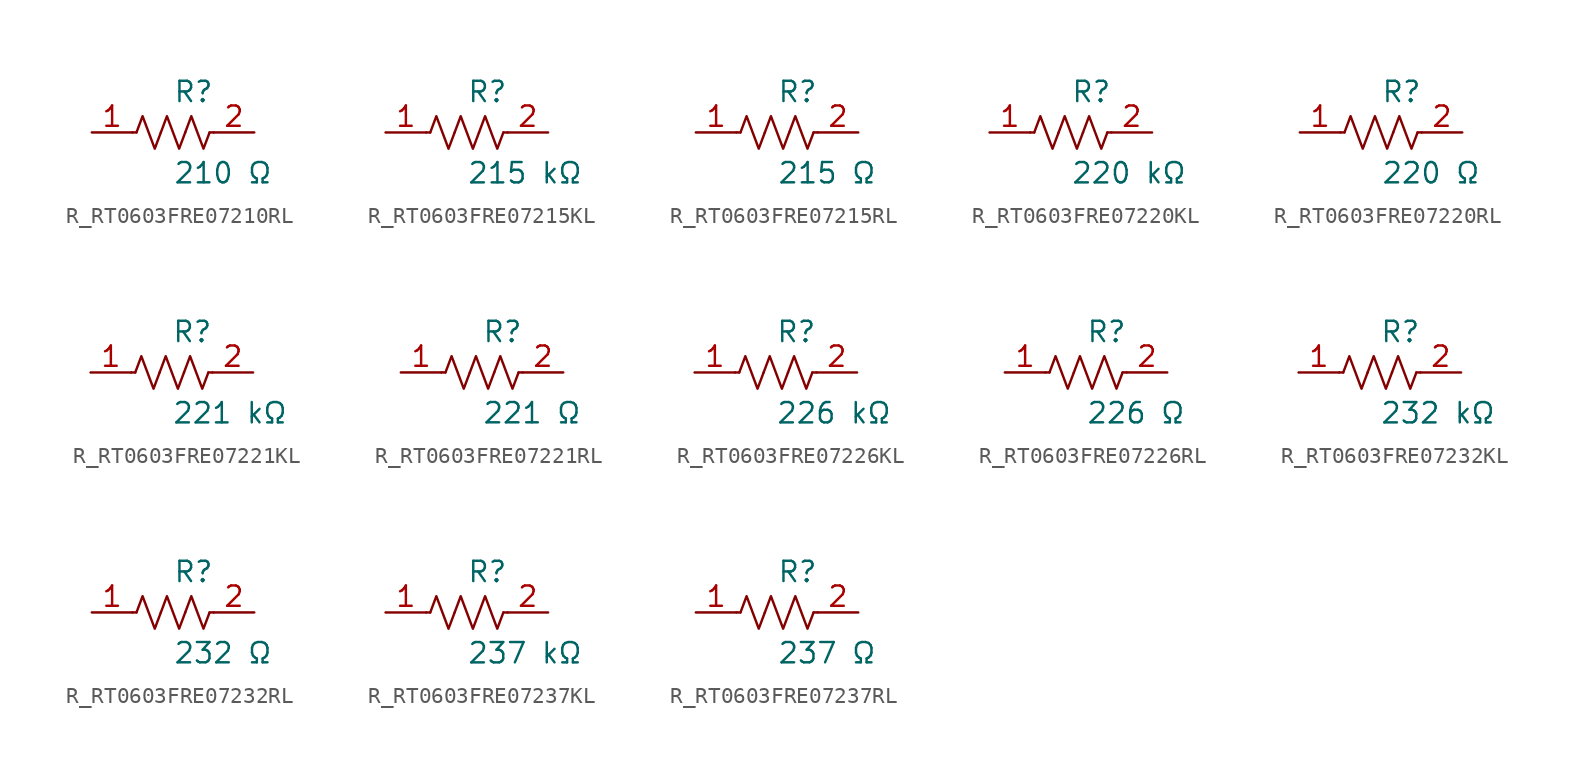
<source format=kicad_sym>
(kicad_symbol_lib
  (version 20231120)
  (generator kicad_symbol_editor)
  (generator_version 8.0)
  (symbol "R_RT0603FRE07210RL"
    (pin_names
      (offset 0.254))
    (property "Reference" "R"
      (at 0.0 2.54 0)
      (effects (font (size 1.27 1.27)) (justify left)))
    (property "Value" "210 Ω"
      (at 0.0 -2.54 0)
      (effects (font (size 1.27 1.27)) (justify left)))
    (symbol "R_RT0603FRE07210RL_0_1"
      (polyline (pts (xy 2.286 0) (xy 2.54 0)) (stroke (width 0) (type default)) (fill (type none)))
      (polyline (pts (xy -2.286 0) (xy -2.54 0)) (stroke (width 0) (type default)) (fill (type none)))
      (polyline (pts (xy 0.762 0) (xy 1.143 1.016) (xy 1.524 0) (xy 1.905 -1.016) (xy 2.286 0)) (stroke (width 0) (type default)) (fill (type none)))
      (polyline (pts (xy -0.762 0) (xy -0.381 1.016) (xy 0 0) (xy 0.381 -1.016) (xy 0.762 0)) (stroke (width 0) (type default)) (fill (type none)))
      (polyline (pts (xy -2.286 0) (xy -1.905 1.016) (xy -1.524 0) (xy -1.143 -1.016) (xy -0.762 0)) (stroke (width 0) (type default)) (fill (type none))))
    (pin unspecified line
      (at -5.08 0 0)
      (length 2.54)
      (name "" (effects (font (size 1.27 1.27))))
      (number "1" (effects (font (size 1.27 1.27)))))
    (pin unspecified line
      (at 5.08 0 180)
      (length 2.54)
      (name "" (effects (font (size 1.27 1.27))))
      (number "2" (effects (font (size 1.27 1.27))))))
  (symbol "R_RT0603FRE07215KL"
    (pin_names
      (offset 0.254))
    (property "Reference" "R"
      (at 0.0 2.54 0)
      (effects (font (size 1.27 1.27)) (justify left)))
    (property "Value" "215 kΩ"
      (at 0.0 -2.54 0)
      (effects (font (size 1.27 1.27)) (justify left)))
    (symbol "R_RT0603FRE07215KL_0_1"
      (polyline (pts (xy 2.286 0) (xy 2.54 0)) (stroke (width 0) (type default)) (fill (type none)))
      (polyline (pts (xy -2.286 0) (xy -2.54 0)) (stroke (width 0) (type default)) (fill (type none)))
      (polyline (pts (xy 0.762 0) (xy 1.143 1.016) (xy 1.524 0) (xy 1.905 -1.016) (xy 2.286 0)) (stroke (width 0) (type default)) (fill (type none)))
      (polyline (pts (xy -0.762 0) (xy -0.381 1.016) (xy 0 0) (xy 0.381 -1.016) (xy 0.762 0)) (stroke (width 0) (type default)) (fill (type none)))
      (polyline (pts (xy -2.286 0) (xy -1.905 1.016) (xy -1.524 0) (xy -1.143 -1.016) (xy -0.762 0)) (stroke (width 0) (type default)) (fill (type none))))
    (pin unspecified line
      (at -5.08 0 0)
      (length 2.54)
      (name "" (effects (font (size 1.27 1.27))))
      (number "1" (effects (font (size 1.27 1.27)))))
    (pin unspecified line
      (at 5.08 0 180)
      (length 2.54)
      (name "" (effects (font (size 1.27 1.27))))
      (number "2" (effects (font (size 1.27 1.27))))))
  (symbol "R_RT0603FRE07215RL"
    (pin_names
      (offset 0.254))
    (property "Reference" "R"
      (at 0.0 2.54 0)
      (effects (font (size 1.27 1.27)) (justify left)))
    (property "Value" "215 Ω"
      (at 0.0 -2.54 0)
      (effects (font (size 1.27 1.27)) (justify left)))
    (symbol "R_RT0603FRE07215RL_0_1"
      (polyline (pts (xy 2.286 0) (xy 2.54 0)) (stroke (width 0) (type default)) (fill (type none)))
      (polyline (pts (xy -2.286 0) (xy -2.54 0)) (stroke (width 0) (type default)) (fill (type none)))
      (polyline (pts (xy 0.762 0) (xy 1.143 1.016) (xy 1.524 0) (xy 1.905 -1.016) (xy 2.286 0)) (stroke (width 0) (type default)) (fill (type none)))
      (polyline (pts (xy -0.762 0) (xy -0.381 1.016) (xy 0 0) (xy 0.381 -1.016) (xy 0.762 0)) (stroke (width 0) (type default)) (fill (type none)))
      (polyline (pts (xy -2.286 0) (xy -1.905 1.016) (xy -1.524 0) (xy -1.143 -1.016) (xy -0.762 0)) (stroke (width 0) (type default)) (fill (type none))))
    (pin unspecified line
      (at -5.08 0 0)
      (length 2.54)
      (name "" (effects (font (size 1.27 1.27))))
      (number "1" (effects (font (size 1.27 1.27)))))
    (pin unspecified line
      (at 5.08 0 180)
      (length 2.54)
      (name "" (effects (font (size 1.27 1.27))))
      (number "2" (effects (font (size 1.27 1.27))))))
  (symbol "R_RT0603FRE07220KL"
    (pin_names
      (offset 0.254))
    (property "Reference" "R"
      (at 0.0 2.54 0)
      (effects (font (size 1.27 1.27)) (justify left)))
    (property "Value" "220 kΩ"
      (at 0.0 -2.54 0)
      (effects (font (size 1.27 1.27)) (justify left)))
    (symbol "R_RT0603FRE07220KL_0_1"
      (polyline (pts (xy 2.286 0) (xy 2.54 0)) (stroke (width 0) (type default)) (fill (type none)))
      (polyline (pts (xy -2.286 0) (xy -2.54 0)) (stroke (width 0) (type default)) (fill (type none)))
      (polyline (pts (xy 0.762 0) (xy 1.143 1.016) (xy 1.524 0) (xy 1.905 -1.016) (xy 2.286 0)) (stroke (width 0) (type default)) (fill (type none)))
      (polyline (pts (xy -0.762 0) (xy -0.381 1.016) (xy 0 0) (xy 0.381 -1.016) (xy 0.762 0)) (stroke (width 0) (type default)) (fill (type none)))
      (polyline (pts (xy -2.286 0) (xy -1.905 1.016) (xy -1.524 0) (xy -1.143 -1.016) (xy -0.762 0)) (stroke (width 0) (type default)) (fill (type none))))
    (pin unspecified line
      (at -5.08 0 0)
      (length 2.54)
      (name "" (effects (font (size 1.27 1.27))))
      (number "1" (effects (font (size 1.27 1.27)))))
    (pin unspecified line
      (at 5.08 0 180)
      (length 2.54)
      (name "" (effects (font (size 1.27 1.27))))
      (number "2" (effects (font (size 1.27 1.27))))))
  (symbol "R_RT0603FRE07220RL"
    (pin_names
      (offset 0.254))
    (property "Reference" "R"
      (at 0.0 2.54 0)
      (effects (font (size 1.27 1.27)) (justify left)))
    (property "Value" "220 Ω"
      (at 0.0 -2.54 0)
      (effects (font (size 1.27 1.27)) (justify left)))
    (symbol "R_RT0603FRE07220RL_0_1"
      (polyline (pts (xy 2.286 0) (xy 2.54 0)) (stroke (width 0) (type default)) (fill (type none)))
      (polyline (pts (xy -2.286 0) (xy -2.54 0)) (stroke (width 0) (type default)) (fill (type none)))
      (polyline (pts (xy 0.762 0) (xy 1.143 1.016) (xy 1.524 0) (xy 1.905 -1.016) (xy 2.286 0)) (stroke (width 0) (type default)) (fill (type none)))
      (polyline (pts (xy -0.762 0) (xy -0.381 1.016) (xy 0 0) (xy 0.381 -1.016) (xy 0.762 0)) (stroke (width 0) (type default)) (fill (type none)))
      (polyline (pts (xy -2.286 0) (xy -1.905 1.016) (xy -1.524 0) (xy -1.143 -1.016) (xy -0.762 0)) (stroke (width 0) (type default)) (fill (type none))))
    (pin unspecified line
      (at -5.08 0 0)
      (length 2.54)
      (name "" (effects (font (size 1.27 1.27))))
      (number "1" (effects (font (size 1.27 1.27)))))
    (pin unspecified line
      (at 5.08 0 180)
      (length 2.54)
      (name "" (effects (font (size 1.27 1.27))))
      (number "2" (effects (font (size 1.27 1.27))))))
  (symbol "R_RT0603FRE07221KL"
    (pin_names
      (offset 0.254))
    (property "Reference" "R"
      (at 0.0 2.54 0)
      (effects (font (size 1.27 1.27)) (justify left)))
    (property "Value" "221 kΩ"
      (at 0.0 -2.54 0)
      (effects (font (size 1.27 1.27)) (justify left)))
    (symbol "R_RT0603FRE07221KL_0_1"
      (polyline (pts (xy 2.286 0) (xy 2.54 0)) (stroke (width 0) (type default)) (fill (type none)))
      (polyline (pts (xy -2.286 0) (xy -2.54 0)) (stroke (width 0) (type default)) (fill (type none)))
      (polyline (pts (xy 0.762 0) (xy 1.143 1.016) (xy 1.524 0) (xy 1.905 -1.016) (xy 2.286 0)) (stroke (width 0) (type default)) (fill (type none)))
      (polyline (pts (xy -0.762 0) (xy -0.381 1.016) (xy 0 0) (xy 0.381 -1.016) (xy 0.762 0)) (stroke (width 0) (type default)) (fill (type none)))
      (polyline (pts (xy -2.286 0) (xy -1.905 1.016) (xy -1.524 0) (xy -1.143 -1.016) (xy -0.762 0)) (stroke (width 0) (type default)) (fill (type none))))
    (pin unspecified line
      (at -5.08 0 0)
      (length 2.54)
      (name "" (effects (font (size 1.27 1.27))))
      (number "1" (effects (font (size 1.27 1.27)))))
    (pin unspecified line
      (at 5.08 0 180)
      (length 2.54)
      (name "" (effects (font (size 1.27 1.27))))
      (number "2" (effects (font (size 1.27 1.27))))))
  (symbol "R_RT0603FRE07221RL"
    (pin_names
      (offset 0.254))
    (property "Reference" "R"
      (at 0.0 2.54 0)
      (effects (font (size 1.27 1.27)) (justify left)))
    (property "Value" "221 Ω"
      (at 0.0 -2.54 0)
      (effects (font (size 1.27 1.27)) (justify left)))
    (symbol "R_RT0603FRE07221RL_0_1"
      (polyline (pts (xy 2.286 0) (xy 2.54 0)) (stroke (width 0) (type default)) (fill (type none)))
      (polyline (pts (xy -2.286 0) (xy -2.54 0)) (stroke (width 0) (type default)) (fill (type none)))
      (polyline (pts (xy 0.762 0) (xy 1.143 1.016) (xy 1.524 0) (xy 1.905 -1.016) (xy 2.286 0)) (stroke (width 0) (type default)) (fill (type none)))
      (polyline (pts (xy -0.762 0) (xy -0.381 1.016) (xy 0 0) (xy 0.381 -1.016) (xy 0.762 0)) (stroke (width 0) (type default)) (fill (type none)))
      (polyline (pts (xy -2.286 0) (xy -1.905 1.016) (xy -1.524 0) (xy -1.143 -1.016) (xy -0.762 0)) (stroke (width 0) (type default)) (fill (type none))))
    (pin unspecified line
      (at -5.08 0 0)
      (length 2.54)
      (name "" (effects (font (size 1.27 1.27))))
      (number "1" (effects (font (size 1.27 1.27)))))
    (pin unspecified line
      (at 5.08 0 180)
      (length 2.54)
      (name "" (effects (font (size 1.27 1.27))))
      (number "2" (effects (font (size 1.27 1.27))))))
  (symbol "R_RT0603FRE07226KL"
    (pin_names
      (offset 0.254))
    (property "Reference" "R"
      (at 0.0 2.54 0)
      (effects (font (size 1.27 1.27)) (justify left)))
    (property "Value" "226 kΩ"
      (at 0.0 -2.54 0)
      (effects (font (size 1.27 1.27)) (justify left)))
    (symbol "R_RT0603FRE07226KL_0_1"
      (polyline (pts (xy 2.286 0) (xy 2.54 0)) (stroke (width 0) (type default)) (fill (type none)))
      (polyline (pts (xy -2.286 0) (xy -2.54 0)) (stroke (width 0) (type default)) (fill (type none)))
      (polyline (pts (xy 0.762 0) (xy 1.143 1.016) (xy 1.524 0) (xy 1.905 -1.016) (xy 2.286 0)) (stroke (width 0) (type default)) (fill (type none)))
      (polyline (pts (xy -0.762 0) (xy -0.381 1.016) (xy 0 0) (xy 0.381 -1.016) (xy 0.762 0)) (stroke (width 0) (type default)) (fill (type none)))
      (polyline (pts (xy -2.286 0) (xy -1.905 1.016) (xy -1.524 0) (xy -1.143 -1.016) (xy -0.762 0)) (stroke (width 0) (type default)) (fill (type none))))
    (pin unspecified line
      (at -5.08 0 0)
      (length 2.54)
      (name "" (effects (font (size 1.27 1.27))))
      (number "1" (effects (font (size 1.27 1.27)))))
    (pin unspecified line
      (at 5.08 0 180)
      (length 2.54)
      (name "" (effects (font (size 1.27 1.27))))
      (number "2" (effects (font (size 1.27 1.27))))))
  (symbol "R_RT0603FRE07226RL"
    (pin_names
      (offset 0.254))
    (property "Reference" "R"
      (at 0.0 2.54 0)
      (effects (font (size 1.27 1.27)) (justify left)))
    (property "Value" "226 Ω"
      (at 0.0 -2.54 0)
      (effects (font (size 1.27 1.27)) (justify left)))
    (symbol "R_RT0603FRE07226RL_0_1"
      (polyline (pts (xy 2.286 0) (xy 2.54 0)) (stroke (width 0) (type default)) (fill (type none)))
      (polyline (pts (xy -2.286 0) (xy -2.54 0)) (stroke (width 0) (type default)) (fill (type none)))
      (polyline (pts (xy 0.762 0) (xy 1.143 1.016) (xy 1.524 0) (xy 1.905 -1.016) (xy 2.286 0)) (stroke (width 0) (type default)) (fill (type none)))
      (polyline (pts (xy -0.762 0) (xy -0.381 1.016) (xy 0 0) (xy 0.381 -1.016) (xy 0.762 0)) (stroke (width 0) (type default)) (fill (type none)))
      (polyline (pts (xy -2.286 0) (xy -1.905 1.016) (xy -1.524 0) (xy -1.143 -1.016) (xy -0.762 0)) (stroke (width 0) (type default)) (fill (type none))))
    (pin unspecified line
      (at -5.08 0 0)
      (length 2.54)
      (name "" (effects (font (size 1.27 1.27))))
      (number "1" (effects (font (size 1.27 1.27)))))
    (pin unspecified line
      (at 5.08 0 180)
      (length 2.54)
      (name "" (effects (font (size 1.27 1.27))))
      (number "2" (effects (font (size 1.27 1.27))))))
  (symbol "R_RT0603FRE07232KL"
    (pin_names
      (offset 0.254))
    (property "Reference" "R"
      (at 0.0 2.54 0)
      (effects (font (size 1.27 1.27)) (justify left)))
    (property "Value" "232 kΩ"
      (at 0.0 -2.54 0)
      (effects (font (size 1.27 1.27)) (justify left)))
    (symbol "R_RT0603FRE07232KL_0_1"
      (polyline (pts (xy 2.286 0) (xy 2.54 0)) (stroke (width 0) (type default)) (fill (type none)))
      (polyline (pts (xy -2.286 0) (xy -2.54 0)) (stroke (width 0) (type default)) (fill (type none)))
      (polyline (pts (xy 0.762 0) (xy 1.143 1.016) (xy 1.524 0) (xy 1.905 -1.016) (xy 2.286 0)) (stroke (width 0) (type default)) (fill (type none)))
      (polyline (pts (xy -0.762 0) (xy -0.381 1.016) (xy 0 0) (xy 0.381 -1.016) (xy 0.762 0)) (stroke (width 0) (type default)) (fill (type none)))
      (polyline (pts (xy -2.286 0) (xy -1.905 1.016) (xy -1.524 0) (xy -1.143 -1.016) (xy -0.762 0)) (stroke (width 0) (type default)) (fill (type none))))
    (pin unspecified line
      (at -5.08 0 0)
      (length 2.54)
      (name "" (effects (font (size 1.27 1.27))))
      (number "1" (effects (font (size 1.27 1.27)))))
    (pin unspecified line
      (at 5.08 0 180)
      (length 2.54)
      (name "" (effects (font (size 1.27 1.27))))
      (number "2" (effects (font (size 1.27 1.27))))))
  (symbol "R_RT0603FRE07232RL"
    (pin_names
      (offset 0.254))
    (property "Reference" "R"
      (at 0.0 2.54 0)
      (effects (font (size 1.27 1.27)) (justify left)))
    (property "Value" "232 Ω"
      (at 0.0 -2.54 0)
      (effects (font (size 1.27 1.27)) (justify left)))
    (symbol "R_RT0603FRE07232RL_0_1"
      (polyline (pts (xy 2.286 0) (xy 2.54 0)) (stroke (width 0) (type default)) (fill (type none)))
      (polyline (pts (xy -2.286 0) (xy -2.54 0)) (stroke (width 0) (type default)) (fill (type none)))
      (polyline (pts (xy 0.762 0) (xy 1.143 1.016) (xy 1.524 0) (xy 1.905 -1.016) (xy 2.286 0)) (stroke (width 0) (type default)) (fill (type none)))
      (polyline (pts (xy -0.762 0) (xy -0.381 1.016) (xy 0 0) (xy 0.381 -1.016) (xy 0.762 0)) (stroke (width 0) (type default)) (fill (type none)))
      (polyline (pts (xy -2.286 0) (xy -1.905 1.016) (xy -1.524 0) (xy -1.143 -1.016) (xy -0.762 0)) (stroke (width 0) (type default)) (fill (type none))))
    (pin unspecified line
      (at -5.08 0 0)
      (length 2.54)
      (name "" (effects (font (size 1.27 1.27))))
      (number "1" (effects (font (size 1.27 1.27)))))
    (pin unspecified line
      (at 5.08 0 180)
      (length 2.54)
      (name "" (effects (font (size 1.27 1.27))))
      (number "2" (effects (font (size 1.27 1.27))))))
  (symbol "R_RT0603FRE07237KL"
    (pin_names
      (offset 0.254))
    (property "Reference" "R"
      (at 0.0 2.54 0)
      (effects (font (size 1.27 1.27)) (justify left)))
    (property "Value" "237 kΩ"
      (at 0.0 -2.54 0)
      (effects (font (size 1.27 1.27)) (justify left)))
    (symbol "R_RT0603FRE07237KL_0_1"
      (polyline (pts (xy 2.286 0) (xy 2.54 0)) (stroke (width 0) (type default)) (fill (type none)))
      (polyline (pts (xy -2.286 0) (xy -2.54 0)) (stroke (width 0) (type default)) (fill (type none)))
      (polyline (pts (xy 0.762 0) (xy 1.143 1.016) (xy 1.524 0) (xy 1.905 -1.016) (xy 2.286 0)) (stroke (width 0) (type default)) (fill (type none)))
      (polyline (pts (xy -0.762 0) (xy -0.381 1.016) (xy 0 0) (xy 0.381 -1.016) (xy 0.762 0)) (stroke (width 0) (type default)) (fill (type none)))
      (polyline (pts (xy -2.286 0) (xy -1.905 1.016) (xy -1.524 0) (xy -1.143 -1.016) (xy -0.762 0)) (stroke (width 0) (type default)) (fill (type none))))
    (pin unspecified line
      (at -5.08 0 0)
      (length 2.54)
      (name "" (effects (font (size 1.27 1.27))))
      (number "1" (effects (font (size 1.27 1.27)))))
    (pin unspecified line
      (at 5.08 0 180)
      (length 2.54)
      (name "" (effects (font (size 1.27 1.27))))
      (number "2" (effects (font (size 1.27 1.27))))))
  (symbol "R_RT0603FRE07237RL"
    (pin_names
      (offset 0.254))
    (property "Reference" "R"
      (at 0.0 2.54 0)
      (effects (font (size 1.27 1.27)) (justify left)))
    (property "Value" "237 Ω"
      (at 0.0 -2.54 0)
      (effects (font (size 1.27 1.27)) (justify left)))
    (symbol "R_RT0603FRE07237RL_0_1"
      (polyline (pts (xy 2.286 0) (xy 2.54 0)) (stroke (width 0) (type default)) (fill (type none)))
      (polyline (pts (xy -2.286 0) (xy -2.54 0)) (stroke (width 0) (type default)) (fill (type none)))
      (polyline (pts (xy 0.762 0) (xy 1.143 1.016) (xy 1.524 0) (xy 1.905 -1.016) (xy 2.286 0)) (stroke (width 0) (type default)) (fill (type none)))
      (polyline (pts (xy -0.762 0) (xy -0.381 1.016) (xy 0 0) (xy 0.381 -1.016) (xy 0.762 0)) (stroke (width 0) (type default)) (fill (type none)))
      (polyline (pts (xy -2.286 0) (xy -1.905 1.016) (xy -1.524 0) (xy -1.143 -1.016) (xy -0.762 0)) (stroke (width 0) (type default)) (fill (type none))))
    (pin unspecified line
      (at -5.08 0 0)
      (length 2.54)
      (name "" (effects (font (size 1.27 1.27))))
      (number "1" (effects (font (size 1.27 1.27)))))
    (pin unspecified line
      (at 5.08 0 180)
      (length 2.54)
      (name "" (effects (font (size 1.27 1.27))))
      (number "2" (effects (font (size 1.27 1.27)))))))
</source>
